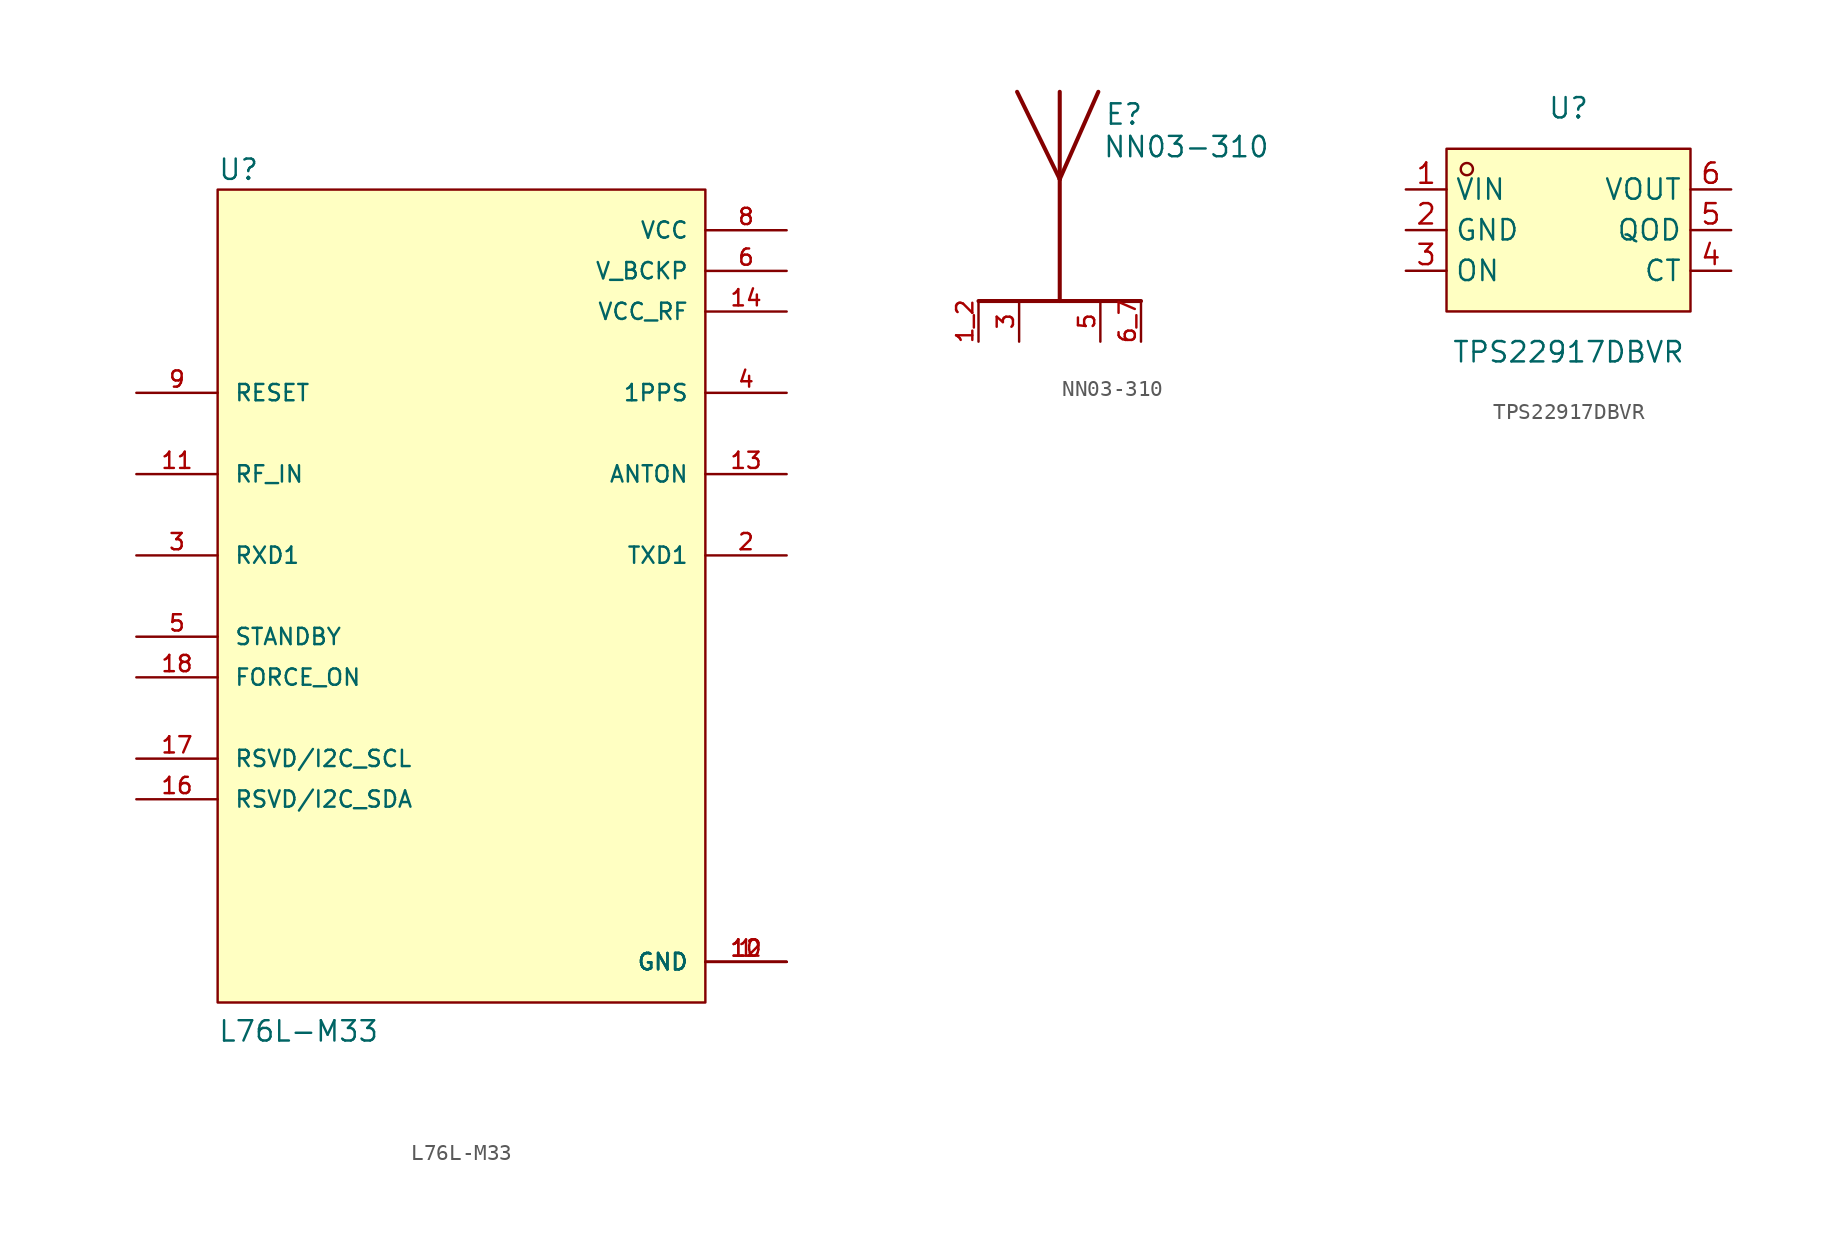
<source format=kicad_sym>
(kicad_symbol_lib
  (version 20220914)
  (generator kicad_symbol_editor)
  (symbol "L76L-M33"
    (pin_names
      (offset 1.016))
    (property "Reference" "U"
      (at -15.24 25.908 0)
      (effects (font (size 1.27 1.27)) (justify left bottom)))
    (property "Value" "L76L-M33"
      (at -15.24 -27.94 0)
      (effects (font (size 1.27 1.27)) (justify left bottom)))
    (symbol "L76L-M33_0_0"
      (rectangle (start -15.24 -25.4) (end 15.24 25.4) (stroke (width 0.152) (type default)) (fill (type background)))
      (pin power_in line (at 20.32 -22.86 180) (length 5.08) (name "GND" (effects (font (size 1.016 1.016)))) (number "1" (effects (font (size 1.016 1.016)))))
      (pin power_in line (at 20.32 -22.86 180) (length 5.08) (name "GND" (effects (font (size 1.016 1.016)))) (number "10" (effects (font (size 1.016 1.016)))))
      (pin input line (at -20.32 7.62 0) (length 5.08) (name "RF_IN" (effects (font (size 1.016 1.016)))) (number "11" (effects (font (size 1.016 1.016)))))
      (pin power_in line (at 20.32 -22.86 180) (length 5.08) (name "GND" (effects (font (size 1.016 1.016)))) (number "12" (effects (font (size 1.016 1.016)))))
      (pin output line (at 20.32 7.62 180) (length 5.08) (name "ANTON" (effects (font (size 1.016 1.016)))) (number "13" (effects (font (size 1.016 1.016)))))
      (pin power_in line (at 20.32 17.78 180) (length 5.08) (name "VCC_RF" (effects (font (size 1.016 1.016)))) (number "14" (effects (font (size 1.016 1.016)))))
      (pin bidirectional line (at -20.32 -12.7 0) (length 5.08) (name "RSVD/I2C_SDA" (effects (font (size 1.016 1.016)))) (number "16" (effects (font (size 1.016 1.016)))))
      (pin bidirectional line (at -20.32 -10.16 0) (length 5.08) (name "RSVD/I2C_SCL" (effects (font (size 1.016 1.016)))) (number "17" (effects (font (size 1.016 1.016)))))
      (pin input line (at -20.32 -5.08 0) (length 5.08) (name "FORCE_ON" (effects (font (size 1.016 1.016)))) (number "18" (effects (font (size 1.016 1.016)))))
      (pin output line (at 20.32 2.54 180) (length 5.08) (name "TXD1" (effects (font (size 1.016 1.016)))) (number "2" (effects (font (size 1.016 1.016)))))
      (pin input line (at -20.32 2.54 0) (length 5.08) (name "RXD1" (effects (font (size 1.016 1.016)))) (number "3" (effects (font (size 1.016 1.016)))))
      (pin output line (at 20.32 12.7 180) (length 5.08) (name "1PPS" (effects (font (size 1.016 1.016)))) (number "4" (effects (font (size 1.016 1.016)))))
      (pin input line (at -20.32 -2.54 0) (length 5.08) (name "STANDBY" (effects (font (size 1.016 1.016)))) (number "5" (effects (font (size 1.016 1.016)))))
      (pin power_in line (at 20.32 20.32 180) (length 5.08) (name "V_BCKP" (effects (font (size 1.016 1.016)))) (number "6" (effects (font (size 1.016 1.016)))))
      (pin power_in line (at 20.32 22.86 180) (length 5.08) (name "VCC" (effects (font (size 1.016 1.016)))) (number "8" (effects (font (size 1.016 1.016)))))
      (pin input line (at -20.32 12.7 0) (length 5.08) (name "RESET" (effects (font (size 1.016 1.016)))) (number "9" (effects (font (size 1.016 1.016)))))))
  (symbol "NN03-310"
    (pin_names
      (offset 1.016))
    (property "Reference" "E"
      (at 2.8 5.85 0)
      (effects (font (size 1.27 1.27)) (justify left bottom)))
    (property "Value" "NN03-310"
      (at 2.673 3.813 0)
      (effects (font (size 1.27 1.27)) (justify left bottom)))
    (symbol "NN03-310_0_0"
      (polyline (pts (xy -5.08 -5.08) (xy 5.08 -5.08)) (stroke (width 0.254) (type default)) (fill (type none)))
      (polyline (pts (xy 0 2.54) (xy -2.667 8.001)) (stroke (width 0.254) (type default)) (fill (type none)))
      (polyline (pts (xy 0 2.54) (xy 0 -5.08)) (stroke (width 0.254) (type default)) (fill (type none)))
      (polyline (pts (xy 0 8.001) (xy 0 2.54)) (stroke (width 0.254) (type default)) (fill (type none)))
      (polyline (pts (xy 2.413 8.001) (xy 0 2.54)) (stroke (width 0.254) (type default)) (fill (type none)))
      (pin input line (at -5.08 -7.62 90) (length 2.54) (name "~" (effects (font (size 1.016 1.016)))) (number "1_2" (effects (font (size 1.016 1.016)))))
      (pin passive line (at -2.54 -7.62 90) (length 2.54) (name "~" (effects (font (size 1.016 1.016)))) (number "3" (effects (font (size 1.016 1.016)))))
      (pin passive line (at 2.54 -7.62 90) (length 2.54) (name "~" (effects (font (size 1.016 1.016)))) (number "5" (effects (font (size 1.016 1.016)))))
      (pin passive line (at 5.08 -7.62 90) (length 2.54) (name "~" (effects (font (size 1.016 1.016)))) (number "6_7" (effects (font (size 1.016 1.016)))))))
  (symbol "TPS22917DBVR"
    (property "Reference" "U"
      (at 0 7.62 0)
      (effects (font (size 1.27 1.27))))
    (property "Value" "TPS22917DBVR"
      (at 0 -7.62 0)
      (effects (font (size 1.27 1.27))))
    (symbol "TPS22917DBVR_0_1"
      (rectangle (start -7.62 5.08) (end 7.62 -5.08) (stroke (width 0) (type default)) (fill (type background)))
      (circle (center -6.35 3.81) (radius 0.38) (stroke (width 0) (type default)) (fill (type none)))
      (pin unspecified line (at -10.16 2.54 0) (length 2.54) (name "VIN" (effects (font (size 1.27 1.27)))) (number "1" (effects (font (size 1.27 1.27)))))
      (pin unspecified line (at -10.16 0 0) (length 2.54) (name "GND" (effects (font (size 1.27 1.27)))) (number "2" (effects (font (size 1.27 1.27)))))
      (pin unspecified line (at -10.16 -2.54 0) (length 2.54) (name "ON" (effects (font (size 1.27 1.27)))) (number "3" (effects (font (size 1.27 1.27)))))
      (pin unspecified line (at 10.16 -2.54 180) (length 2.54) (name "CT" (effects (font (size 1.27 1.27)))) (number "4" (effects (font (size 1.27 1.27)))))
      (pin unspecified line (at 10.16 0 180) (length 2.54) (name "QOD" (effects (font (size 1.27 1.27)))) (number "5" (effects (font (size 1.27 1.27)))))
      (pin unspecified line (at 10.16 2.54 180) (length 2.54) (name "VOUT" (effects (font (size 1.27 1.27)))) (number "6" (effects (font (size 1.27 1.27))))))))
</source>
